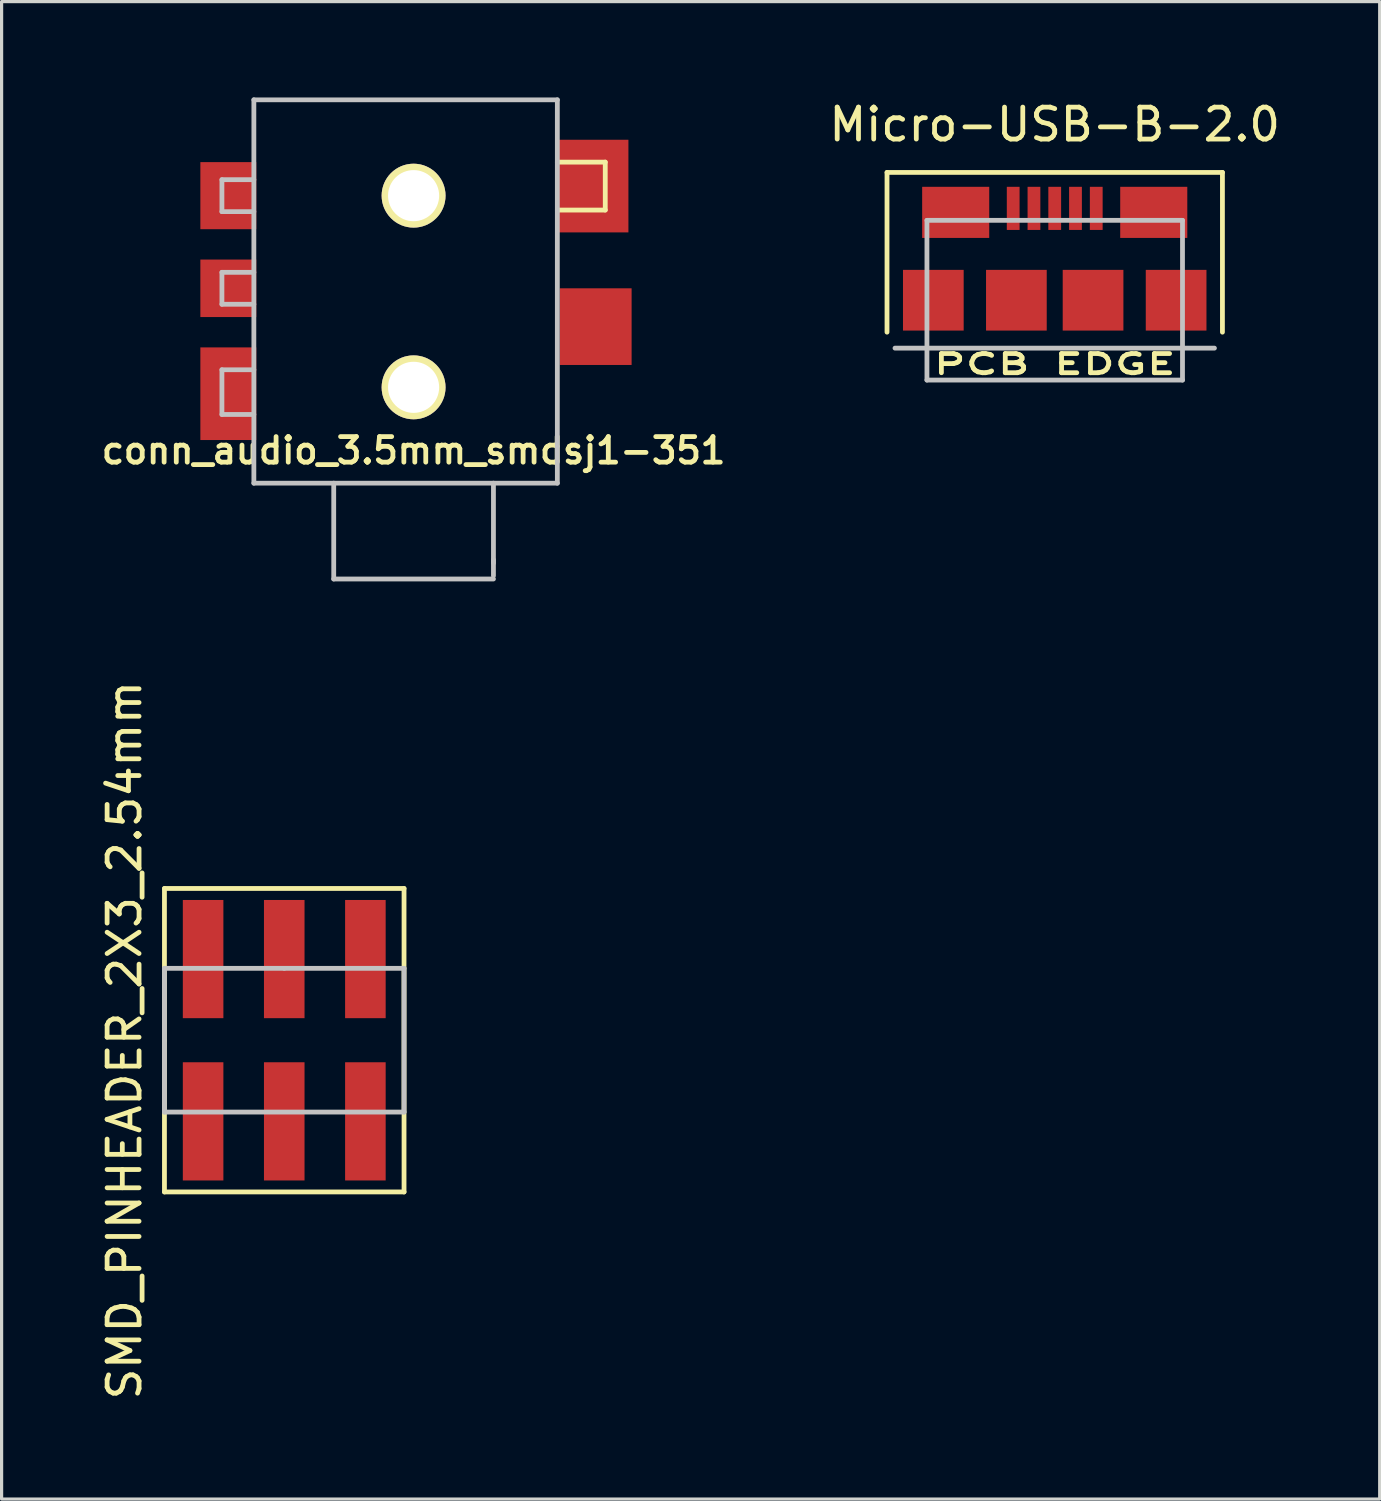
<source format=kicad_pcb>
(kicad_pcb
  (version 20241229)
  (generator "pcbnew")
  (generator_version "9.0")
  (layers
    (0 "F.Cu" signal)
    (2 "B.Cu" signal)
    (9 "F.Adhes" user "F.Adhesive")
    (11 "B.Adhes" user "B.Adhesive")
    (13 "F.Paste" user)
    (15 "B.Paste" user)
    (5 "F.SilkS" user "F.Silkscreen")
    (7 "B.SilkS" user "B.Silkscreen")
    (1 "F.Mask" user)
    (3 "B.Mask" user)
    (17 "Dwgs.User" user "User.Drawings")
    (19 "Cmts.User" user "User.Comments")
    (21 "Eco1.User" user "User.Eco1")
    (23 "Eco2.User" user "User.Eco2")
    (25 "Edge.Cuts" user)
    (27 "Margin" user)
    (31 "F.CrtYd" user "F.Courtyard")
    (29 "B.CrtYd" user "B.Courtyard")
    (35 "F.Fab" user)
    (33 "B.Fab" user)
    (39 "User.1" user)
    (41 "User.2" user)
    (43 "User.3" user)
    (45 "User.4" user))
  (footprint "conn_audio_3.5mm_smdsj1-351"
    (layer "F.Cu")
    (at 9.897 5.975)
    (property "Reference" "conn_audio_3.5mm_smdsj1-351" (at 0 5.08 0) (layer "F.SilkS") (effects (font (size 0.8 0.8) (thickness 0.15))))
    (attr through_hole)
    (fp_line (start 4.5 -3.95) (end 6 -3.95) (stroke (width 0.15) (type solid)) (layer "F.SilkS"))
    (fp_line (start 6 -3.95) (end 6 -2.45) (stroke (width 0.15) (type solid)) (layer "F.SilkS"))
    (fp_line (start 6 -2.45) (end 4.5 -2.45) (stroke (width 0.15) (type solid)) (layer "F.SilkS"))
    (fp_line (start -6 -3.4) (end -6 -2.4) (stroke (width 0.15) (type solid)) (layer "Dwgs.User"))
    (fp_line (start -6 -2.4) (end -5 -2.4) (stroke (width 0.15) (type solid)) (layer "Dwgs.User"))
    (fp_line (start -6 -0.5) (end -6 0.5) (stroke (width 0.15) (type solid)) (layer "Dwgs.User"))
    (fp_line (start -6 0.5) (end -5 0.5) (stroke (width 0.15) (type solid)) (layer "Dwgs.User"))
    (fp_line (start -6 2.55) (end -6 3.95) (stroke (width 0.15) (type solid)) (layer "Dwgs.User"))
    (fp_line (start -6 3.95) (end -5 3.95) (stroke (width 0.15) (type solid)) (layer "Dwgs.User"))
    (fp_line (start -5 -5.9) (end -5 6.1) (stroke (width 0.15) (type solid)) (layer "Dwgs.User"))
    (fp_line (start -5 -3.4) (end -6 -3.4) (stroke (width 0.15) (type solid)) (layer "Dwgs.User"))
    (fp_line (start -5 -0.5) (end -6 -0.5) (stroke (width 0.15) (type solid)) (layer "Dwgs.User"))
    (fp_line (start -5 2.55) (end -6 2.55) (stroke (width 0.15) (type solid)) (layer "Dwgs.User"))
    (fp_line (start -5 6.1) (end 4.5 6.1) (stroke (width 0.15) (type solid)) (layer "Dwgs.User"))
    (fp_line (start -2.5 9.1) (end -2.5 6.1) (stroke (width 0.15) (type solid)) (layer "Dwgs.User"))
    (fp_line (start 2.5 6.1) (end 2.5 8.6) (stroke (width 0.15) (type solid)) (layer "Dwgs.User"))
    (fp_line (start 2.5 8.5) (end 2.5 9) (stroke (width 0.15) (type solid)) (layer "Dwgs.User"))
    (fp_line (start 2.5 9.1) (end -2.5 9.1) (stroke (width 0.15) (type solid)) (layer "Dwgs.User"))
    (fp_line (start 4.5 -5.9) (end -5 -5.9) (stroke (width 0.15) (type solid)) (layer "Dwgs.User"))
    (fp_line (start 4.5 6.1) (end 4.5 -5.9) (stroke (width 0.15) (type solid)) (layer "Dwgs.User"))
    (pad "1" smd rect (at -5.8 3.3) (size 1.75 2.9) (layers "F.Cu" "F.Mask" "F.Paste"))
    (pad "2" smd rect (at 5.6 -3.2) (size 2.25 2.9) (layers "F.Cu" "F.Mask" "F.Paste"))
    (pad "3" smd rect (at -5.8 -2.9) (size 1.75 2.1) (layers "F.Cu" "F.Mask" "F.Paste"))
    (pad "4" smd rect (at 5.7 1.2) (size 2.25 2.4) (layers "F.Cu" "F.Mask" "F.Paste"))
    (pad "5" smd rect (at -5.8 0) (size 1.75 1.8) (layers "F.Cu" "F.Mask" "F.Paste"))
    (pad "NC" thru_hole circle (at 0 -2.9) (size 2 2) (drill 1.6) (layers "*.Cu" "*.Mask" "F.SilkS"))
    (pad "NC" thru_hole circle (at 0 3.1) (size 2 2) (drill 1.6) (layers "*.Cu" "*.Mask" "F.SilkS")))
  (footprint "SMD_PINHEADER_2X3_2.54mm"
    (layer "F.Cu")
    (at 5.848 29.513)
    (property "Reference" "SMD_PINHEADER_2X3_2.54mm" (at -5 0 90) (layer "F.SilkS") (effects (font (size 1 1) (thickness 0.15))))
    (attr through_hole)
    (fp_line (start -3.75 -4.75) (end 3.75 -4.75) (stroke (width 0.15) (type solid)) (layer "F.SilkS"))
    (fp_line (start -3.75 0) (end -3.75 -4.75) (stroke (width 0.15) (type solid)) (layer "F.SilkS"))
    (fp_line (start -3.75 4.75) (end -3.75 0) (stroke (width 0.15) (type solid)) (layer "F.SilkS"))
    (fp_line (start 3.75 -4.75) (end 3.75 4.75) (stroke (width 0.15) (type solid)) (layer "F.SilkS"))
    (fp_line (start 3.75 4.75) (end -3.75 4.75) (stroke (width 0.15) (type solid)) (layer "F.SilkS"))
    (fp_line (start -3.75 -2.25) (end 0 -2.25) (stroke (width 0.15) (type solid)) (layer "Dwgs.User"))
    (fp_line (start -3.75 2.25) (end -3.75 -2.25) (stroke (width 0.15) (type solid)) (layer "Dwgs.User"))
    (fp_line (start 0 -2.25) (end 3.75 -2.25) (stroke (width 0.15) (type solid)) (layer "Dwgs.User"))
    (fp_line (start 3.75 -2.25) (end 3.75 2.25) (stroke (width 0.15) (type solid)) (layer "Dwgs.User"))
    (fp_line (start 3.75 2.25) (end -3.75 2.25) (stroke (width 0.15) (type solid)) (layer "Dwgs.User"))
    (pad "1" smd rect (at -2.54 2.54) (size 1.27 3.7) (layers "F.Cu" "F.Mask" "F.Paste"))
    (pad "2" smd rect (at -2.54 -2.54) (size 1.27 3.7) (layers "F.Cu" "F.Mask" "F.Paste"))
    (pad "3" smd rect (at 0 2.54) (size 1.27 3.7) (layers "F.Cu" "F.Mask" "F.Paste"))
    (pad "4" smd rect (at 0 -2.54) (size 1.27 3.7) (layers "F.Cu" "F.Mask" "F.Paste"))
    (pad "5" smd rect (at 2.54 2.54) (size 1.27 3.7) (layers "F.Cu" "F.Mask" "F.Paste"))
    (pad "6" smd rect (at 2.54 -2.54) (size 1.27 3.7) (layers "F.Cu" "F.Mask" "F.Paste")))
  (footprint "Micro-USB-B-2.0"
    (layer "F.Cu")
    (at 29.967 6.348)
    (property "Reference" "Micro-USB-B-2.0" (at 0 -5.5 0) (layer "F.SilkS") (effects (font (size 1 1) (thickness 0.15))))
    (attr through_hole)
    (fp_line (start -5.25 -4) (end 5.25 -4) (stroke (width 0.15) (type solid)) (layer "F.SilkS"))
    (fp_line (start -5.25 1) (end -5.25 -4) (stroke (width 0.15) (type solid)) (layer "F.SilkS"))
    (fp_line (start 5.25 -4) (end 5.25 1) (stroke (width 0.15) (type solid)) (layer "F.SilkS"))
    (fp_line (start -4 -2.5) (end 4 -2.5) (stroke (width 0.15) (type solid)) (layer "Dwgs.User"))
    (fp_line (start -4 2.5) (end -4 -2.5) (stroke (width 0.15) (type solid)) (layer "Dwgs.User"))
    (fp_line (start 4 -2.5) (end 4 2.5) (stroke (width 0.15) (type solid)) (layer "Dwgs.User"))
    (fp_line (start 4 2.5) (end -4 2.5) (stroke (width 0.15) (type solid)) (layer "Dwgs.User"))
    (fp_line (start 5 1.5) (end -5 1.5) (stroke (width 0.15) (type solid)) (layer "Dwgs.User"))
    (fp_text user "PCB EDGE" (at 0 2 0) (layer "F.SilkS") (effects (font (size 0.6 1) (thickness 0.15))))
    (pad "1" smd rect (at -1.3 -2.875) (size 0.4 1.35) (layers "F.Cu" "F.Mask" "F.Paste"))
    (pad "2" smd rect (at -0.65 -2.875) (size 0.4 1.35) (layers "F.Cu" "F.Mask" "F.Paste"))
    (pad "3" smd rect (at 0 -2.875) (size 0.4 1.35) (layers "F.Cu" "F.Mask" "F.Paste"))
    (pad "4" smd rect (at 0.65 -2.875) (size 0.4 1.35) (layers "F.Cu" "F.Mask" "F.Paste"))
    (pad "5" smd rect (at 1.3 -2.875) (size 0.4 1.35) (layers "F.Cu" "F.Mask" "F.Paste"))
    (pad "6" smd rect (at -3.1 -2.75) (size 2.1 1.6) (layers "F.Cu" "F.Mask" "F.Paste"))
    (pad "6" smd rect (at -1.2 0) (size 1.9 1.9) (layers "F.Cu" "F.Mask" "F.Paste"))
    (pad "7" smd rect (at 1.2 0) (size 1.9 1.9) (layers "F.Cu" "F.Mask" "F.Paste"))
    (pad "7" smd rect (at 3.1 -2.75) (size 2.1 1.6) (layers "F.Cu" "F.Mask" "F.Paste"))
    (pad "8" smd rect (at 3.8 0) (size 1.9 1.9) (layers "F.Cu" "F.Mask" "F.Paste"))
    (pad "9" smd rect (at -3.8 0) (size 1.9 1.9) (layers "F.Cu" "F.Mask" "F.Paste")))
  (gr_rect
    (start -3 -3)
    (end 40.14 43.876)
    (stroke (width 0.1) (type default))
    (fill no)
    (layer "Edge.Cuts")))
</source>
